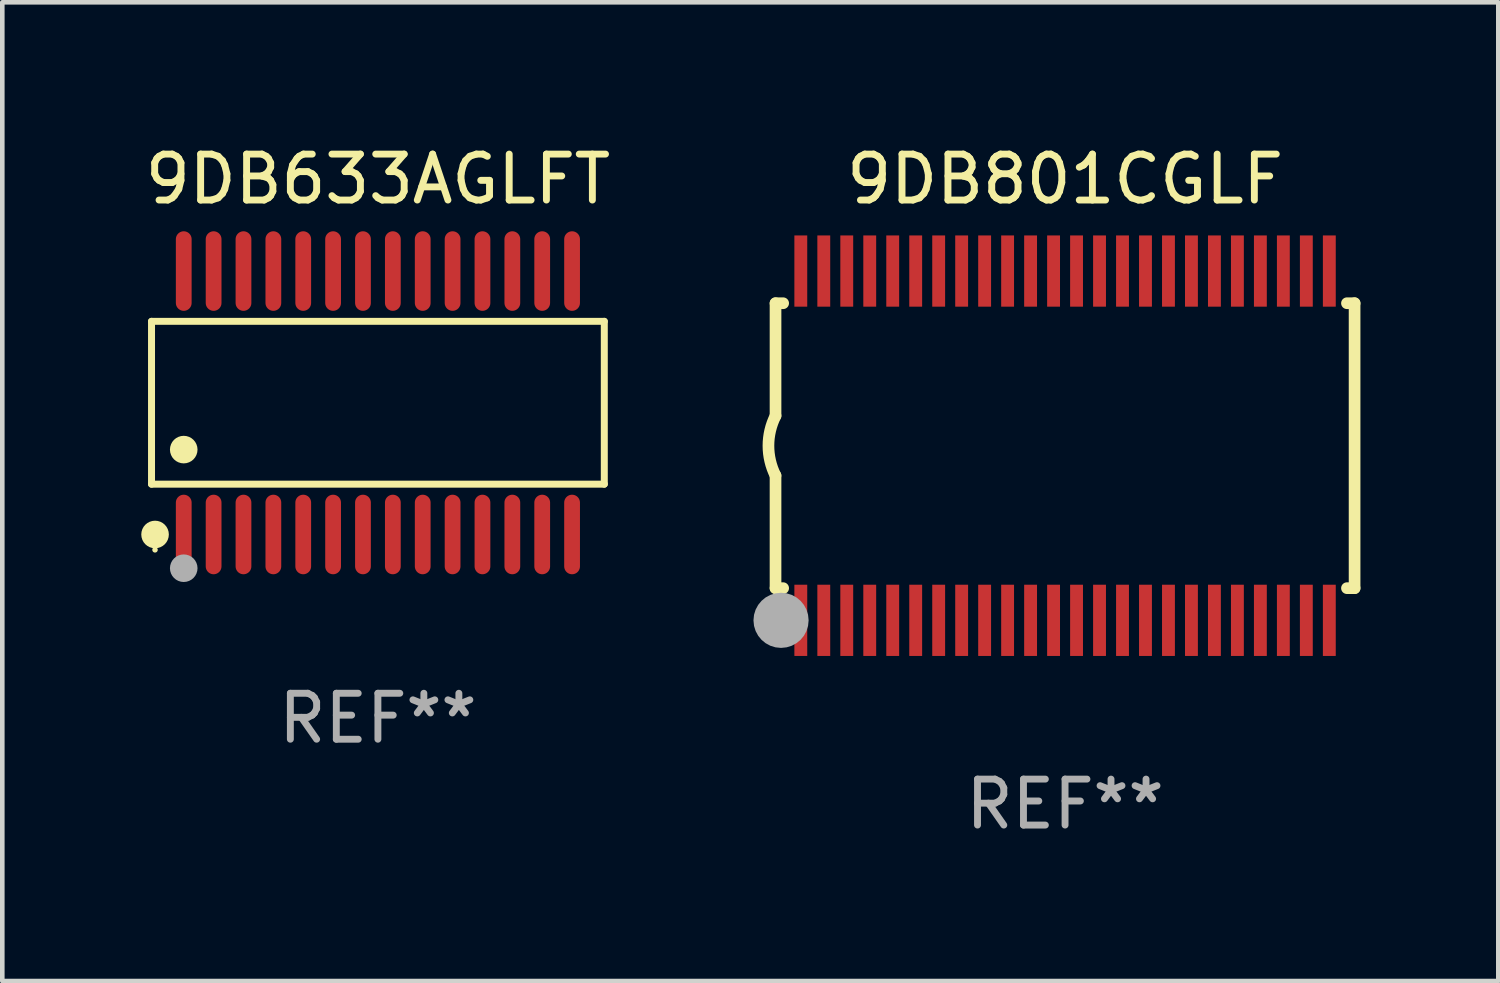
<source format=kicad_pcb>
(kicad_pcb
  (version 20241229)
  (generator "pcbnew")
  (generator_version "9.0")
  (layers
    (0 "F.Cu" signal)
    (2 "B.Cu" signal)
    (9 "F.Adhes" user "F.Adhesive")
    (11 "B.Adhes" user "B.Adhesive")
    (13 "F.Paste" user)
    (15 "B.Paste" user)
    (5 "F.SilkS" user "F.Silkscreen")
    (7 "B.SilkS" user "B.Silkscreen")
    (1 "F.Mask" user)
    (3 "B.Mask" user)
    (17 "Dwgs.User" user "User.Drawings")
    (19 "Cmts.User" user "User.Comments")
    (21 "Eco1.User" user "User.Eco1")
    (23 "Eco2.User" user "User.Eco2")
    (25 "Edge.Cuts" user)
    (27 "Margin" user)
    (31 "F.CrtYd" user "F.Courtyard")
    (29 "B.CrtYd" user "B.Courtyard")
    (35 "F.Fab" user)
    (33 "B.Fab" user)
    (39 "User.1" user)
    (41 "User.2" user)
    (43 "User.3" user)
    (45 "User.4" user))
  (footprint "9DB801CGLF"
    (layer "F.Cu")
    (at 20.125 6.648)
    (property "Reference" "9DB801CGLF" (at 0 -5.8 0) (layer "F.SilkS") (effects (font (size 1 1) (thickness 0.15))))
    (attr through_hole)
    (fp_line (start -6.3 -3.1) (end -6.3 -0.65) (stroke (width 0.254) (type solid)) (layer "F.SilkS"))
    (fp_line (start -6.3 -3.1) (end -6.134 -3.1) (stroke (width 0.254) (type solid)) (layer "F.SilkS"))
    (fp_line (start -6.3 3.1) (end -6.3 0.65) (stroke (width 0.254) (type solid)) (layer "F.SilkS"))
    (fp_line (start -6.3 3.1) (end -6.134 3.1) (stroke (width 0.254) (type solid)) (layer "F.SilkS"))
    (fp_line (start 6.134 -3.1) (end 6.3 -3.1) (stroke (width 0.254) (type solid)) (layer "F.SilkS"))
    (fp_line (start 6.134 3.1) (end 6.3 3.1) (stroke (width 0.254) (type solid)) (layer "F.SilkS"))
    (fp_line (start 6.3 -3.1) (end 6.3 3.1) (stroke (width 0.254) (type solid)) (layer "F.SilkS"))
    (fp_arc (start -6.301016 0.650114) (mid -6.45413 -0.000082) (end -6.3 -0.650038) (stroke (width 0.254001) (type solid)) (layer "F.SilkS"))
    (fp_circle (center -6.35 3.81) (end -6.223 3.81) (stroke (width 0.254) (type solid)) (fill no) (layer "F.SilkS"))
    (fp_circle (center -6.25 4.05) (end -6.22 4.05) (stroke (width 0.06) (type solid)) (fill no) (layer "F.SilkS"))
    (fp_circle (center -6.18 3.8) (end -5.88 3.8) (stroke (width 0.6) (type solid)) (fill no) (layer "F.Fab"))
    (fp_text user "REF**" (at 0 7.8 0) (layer "F.Fab") (effects (font (size 1 1) (thickness 0.15))))
    (pad "1" smd rect (at -5.75 3.8) (size 0.28 1.55) (layers "F.Cu" "F.Mask" "F.Paste"))
    (pad "2" smd rect (at -5.25 3.8) (size 0.28 1.55) (layers "F.Cu" "F.Mask" "F.Paste"))
    (pad "3" smd rect (at -4.75 3.8) (size 0.28 1.55) (layers "F.Cu" "F.Mask" "F.Paste"))
    (pad "4" smd rect (at -4.25 3.8) (size 0.28 1.55) (layers "F.Cu" "F.Mask" "F.Paste"))
    (pad "5" smd rect (at -3.75 3.8) (size 0.28 1.55) (layers "F.Cu" "F.Mask" "F.Paste"))
    (pad "6" smd rect (at -3.25 3.8) (size 0.28 1.55) (layers "F.Cu" "F.Mask" "F.Paste"))
    (pad "7" smd rect (at -2.75 3.8) (size 0.28 1.55) (layers "F.Cu" "F.Mask" "F.Paste"))
    (pad "8" smd rect (at -2.25 3.8) (size 0.28 1.55) (layers "F.Cu" "F.Mask" "F.Paste"))
    (pad "9" smd rect (at -1.75 3.8) (size 0.28 1.55) (layers "F.Cu" "F.Mask" "F.Paste"))
    (pad "10" smd rect (at -1.25 3.8) (size 0.28 1.55) (layers "F.Cu" "F.Mask" "F.Paste"))
    (pad "11" smd rect (at -0.75 3.8) (size 0.28 1.55) (layers "F.Cu" "F.Mask" "F.Paste"))
    (pad "12" smd rect (at -0.25 3.8) (size 0.28 1.55) (layers "F.Cu" "F.Mask" "F.Paste"))
    (pad "13" smd rect (at 0.25 3.8) (size 0.28 1.55) (layers "F.Cu" "F.Mask" "F.Paste"))
    (pad "14" smd rect (at 0.75 3.8) (size 0.28 1.55) (layers "F.Cu" "F.Mask" "F.Paste"))
    (pad "15" smd rect (at 1.25 3.8) (size 0.28 1.55) (layers "F.Cu" "F.Mask" "F.Paste"))
    (pad "16" smd rect (at 1.75 3.8) (size 0.28 1.55) (layers "F.Cu" "F.Mask" "F.Paste"))
    (pad "17" smd rect (at 2.25 3.8) (size 0.28 1.55) (layers "F.Cu" "F.Mask" "F.Paste"))
    (pad "18" smd rect (at 2.75 3.8) (size 0.28 1.55) (layers "F.Cu" "F.Mask" "F.Paste"))
    (pad "19" smd rect (at 3.25 3.8) (size 0.28 1.55) (layers "F.Cu" "F.Mask" "F.Paste"))
    (pad "20" smd rect (at 3.75 3.8) (size 0.28 1.55) (layers "F.Cu" "F.Mask" "F.Paste"))
    (pad "21" smd rect (at 4.25 3.8) (size 0.28 1.55) (layers "F.Cu" "F.Mask" "F.Paste"))
    (pad "22" smd rect (at 4.75 3.8) (size 0.28 1.55) (layers "F.Cu" "F.Mask" "F.Paste"))
    (pad "23" smd rect (at 5.25 3.8) (size 0.28 1.55) (layers "F.Cu" "F.Mask" "F.Paste"))
    (pad "24" smd rect (at 5.75 3.8) (size 0.28 1.55) (layers "F.Cu" "F.Mask" "F.Paste"))
    (pad "25" smd rect (at 5.75 -3.8) (size 0.28 1.55) (layers "F.Cu" "F.Mask" "F.Paste"))
    (pad "26" smd rect (at 5.25 -3.8) (size 0.28 1.55) (layers "F.Cu" "F.Mask" "F.Paste"))
    (pad "27" smd rect (at 4.75 -3.8) (size 0.28 1.55) (layers "F.Cu" "F.Mask" "F.Paste"))
    (pad "28" smd rect (at 4.25 -3.8) (size 0.28 1.55) (layers "F.Cu" "F.Mask" "F.Paste"))
    (pad "29" smd rect (at 3.75 -3.8) (size 0.28 1.55) (layers "F.Cu" "F.Mask" "F.Paste"))
    (pad "30" smd rect (at 3.25 -3.8) (size 0.28 1.55) (layers "F.Cu" "F.Mask" "F.Paste"))
    (pad "31" smd rect (at 2.75 -3.8) (size 0.28 1.55) (layers "F.Cu" "F.Mask" "F.Paste"))
    (pad "32" smd rect (at 2.25 -3.8) (size 0.28 1.55) (layers "F.Cu" "F.Mask" "F.Paste"))
    (pad "33" smd rect (at 1.75 -3.8) (size 0.28 1.55) (layers "F.Cu" "F.Mask" "F.Paste"))
    (pad "34" smd rect (at 1.25 -3.8) (size 0.28 1.55) (layers "F.Cu" "F.Mask" "F.Paste"))
    (pad "35" smd rect (at 0.75 -3.8) (size 0.28 1.55) (layers "F.Cu" "F.Mask" "F.Paste"))
    (pad "36" smd rect (at 0.25 -3.8) (size 0.28 1.55) (layers "F.Cu" "F.Mask" "F.Paste"))
    (pad "37" smd rect (at -0.25 -3.8) (size 0.28 1.55) (layers "F.Cu" "F.Mask" "F.Paste"))
    (pad "38" smd rect (at -0.75 -3.8) (size 0.28 1.55) (layers "F.Cu" "F.Mask" "F.Paste"))
    (pad "39" smd rect (at -1.25 -3.8) (size 0.28 1.55) (layers "F.Cu" "F.Mask" "F.Paste"))
    (pad "40" smd rect (at -1.75 -3.8) (size 0.28 1.55) (layers "F.Cu" "F.Mask" "F.Paste"))
    (pad "41" smd rect (at -2.25 -3.8) (size 0.28 1.55) (layers "F.Cu" "F.Mask" "F.Paste"))
    (pad "42" smd rect (at -2.75 -3.8) (size 0.28 1.55) (layers "F.Cu" "F.Mask" "F.Paste"))
    (pad "43" smd rect (at -3.25 -3.8) (size 0.28 1.55) (layers "F.Cu" "F.Mask" "F.Paste"))
    (pad "44" smd rect (at -3.75 -3.8) (size 0.28 1.55) (layers "F.Cu" "F.Mask" "F.Paste"))
    (pad "45" smd rect (at -4.25 -3.8) (size 0.28 1.55) (layers "F.Cu" "F.Mask" "F.Paste"))
    (pad "46" smd rect (at -4.75 -3.8) (size 0.28 1.55) (layers "F.Cu" "F.Mask" "F.Paste"))
    (pad "47" smd rect (at -5.25 -3.8) (size 0.28 1.55) (layers "F.Cu" "F.Mask" "F.Paste"))
    (pad "48" smd rect (at -5.75 -3.8) (size 0.28 1.55) (layers "F.Cu" "F.Mask" "F.Paste")))
  (footprint "9DB633AGLFT"
    (layer "F.Cu")
    (at 5.173 5.714)
    (property "Reference" "9DB633AGLFT" (at 0 -4.866 0) (layer "F.SilkS") (effects (font (size 1 1) (thickness 0.15))))
    (attr through_hole)
    (fp_line (start -4.926 -1.772) (end 4.926 -1.772) (stroke (width 0.152) (type solid)) (layer "F.SilkS"))
    (fp_line (start -4.926 1.771) (end -4.926 -1.772) (stroke (width 0.152) (type solid)) (layer "F.SilkS"))
    (fp_line (start 4.926 -1.772) (end 4.926 1.771) (stroke (width 0.152) (type solid)) (layer "F.SilkS"))
    (fp_line (start 4.926 1.771) (end -4.926 1.771) (stroke (width 0.152) (type solid)) (layer "F.SilkS"))
    (fp_circle (center -4.85 3.2) (end -4.82 3.2) (stroke (width 0.06) (type solid)) (fill no) (layer "F.SilkS"))
    (fp_circle (center -4.849 2.866) (end -4.699 2.866) (stroke (width 0.3) (type solid)) (fill no) (layer "F.SilkS"))
    (fp_circle (center -4.225 1.019) (end -4.075 1.019) (stroke (width 0.3) (type solid)) (fill no) (layer "F.SilkS"))
    (fp_circle (center -4.225 3.6) (end -4.075 3.6) (stroke (width 0.3) (type solid)) (fill no) (layer "F.Fab"))
    (fp_text user "REF**" (at 0 6.866 0) (layer "F.Fab") (effects (font (size 1 1) (thickness 0.15))))
    (pad "1" smd oval (at -4.225 2.866) (size 0.343 1.731) (layers "F.Cu" "F.Mask" "F.Paste"))
    (pad "2" smd oval (at -3.575 2.866) (size 0.343 1.731) (layers "F.Cu" "F.Mask" "F.Paste"))
    (pad "3" smd oval (at -2.925 2.866) (size 0.343 1.731) (layers "F.Cu" "F.Mask" "F.Paste"))
    (pad "4" smd oval (at -2.275 2.866) (size 0.343 1.731) (layers "F.Cu" "F.Mask" "F.Paste"))
    (pad "5" smd oval (at -1.625 2.866) (size 0.343 1.731) (layers "F.Cu" "F.Mask" "F.Paste"))
    (pad "6" smd oval (at -0.975 2.866) (size 0.343 1.731) (layers "F.Cu" "F.Mask" "F.Paste"))
    (pad "7" smd oval (at -0.325 2.866) (size 0.343 1.731) (layers "F.Cu" "F.Mask" "F.Paste"))
    (pad "8" smd oval (at 0.325 2.866) (size 0.343 1.731) (layers "F.Cu" "F.Mask" "F.Paste"))
    (pad "9" smd oval (at 0.975 2.866) (size 0.343 1.731) (layers "F.Cu" "F.Mask" "F.Paste"))
    (pad "10" smd oval (at 1.625 2.866) (size 0.343 1.731) (layers "F.Cu" "F.Mask" "F.Paste"))
    (pad "11" smd oval (at 2.275 2.866) (size 0.343 1.731) (layers "F.Cu" "F.Mask" "F.Paste"))
    (pad "12" smd oval (at 2.925 2.866) (size 0.343 1.731) (layers "F.Cu" "F.Mask" "F.Paste"))
    (pad "13" smd oval (at 3.575 2.866) (size 0.343 1.731) (layers "F.Cu" "F.Mask" "F.Paste"))
    (pad "14" smd oval (at 4.225 2.866) (size 0.343 1.731) (layers "F.Cu" "F.Mask" "F.Paste"))
    (pad "15" smd oval (at 4.225 -2.866) (size 0.343 1.731) (layers "F.Cu" "F.Mask" "F.Paste"))
    (pad "16" smd oval (at 3.575 -2.866) (size 0.343 1.731) (layers "F.Cu" "F.Mask" "F.Paste"))
    (pad "17" smd oval (at 2.925 -2.866) (size 0.343 1.731) (layers "F.Cu" "F.Mask" "F.Paste"))
    (pad "18" smd oval (at 2.275 -2.866) (size 0.343 1.731) (layers "F.Cu" "F.Mask" "F.Paste"))
    (pad "19" smd oval (at 1.625 -2.866) (size 0.343 1.731) (layers "F.Cu" "F.Mask" "F.Paste"))
    (pad "20" smd oval (at 0.975 -2.866) (size 0.343 1.731) (layers "F.Cu" "F.Mask" "F.Paste"))
    (pad "21" smd oval (at 0.325 -2.866) (size 0.343 1.731) (layers "F.Cu" "F.Mask" "F.Paste"))
    (pad "22" smd oval (at -0.325 -2.866) (size 0.343 1.731) (layers "F.Cu" "F.Mask" "F.Paste"))
    (pad "23" smd oval (at -0.975 -2.866) (size 0.343 1.731) (layers "F.Cu" "F.Mask" "F.Paste"))
    (pad "24" smd oval (at -1.625 -2.866) (size 0.343 1.731) (layers "F.Cu" "F.Mask" "F.Paste"))
    (pad "25" smd oval (at -2.275 -2.866) (size 0.343 1.731) (layers "F.Cu" "F.Mask" "F.Paste"))
    (pad "26" smd oval (at -2.925 -2.866) (size 0.343 1.731) (layers "F.Cu" "F.Mask" "F.Paste"))
    (pad "27" smd oval (at -3.575 -2.866) (size 0.343 1.731) (layers "F.Cu" "F.Mask" "F.Paste"))
    (pad "28" smd oval (at -4.225 -2.866) (size 0.343 1.731) (layers "F.Cu" "F.Mask" "F.Paste")))
  (gr_rect
    (start -3 -3)
    (end 29.552 18.296)
    (stroke (width 0.1) (type default))
    (fill no)
    (layer "Edge.Cuts")))
</source>
